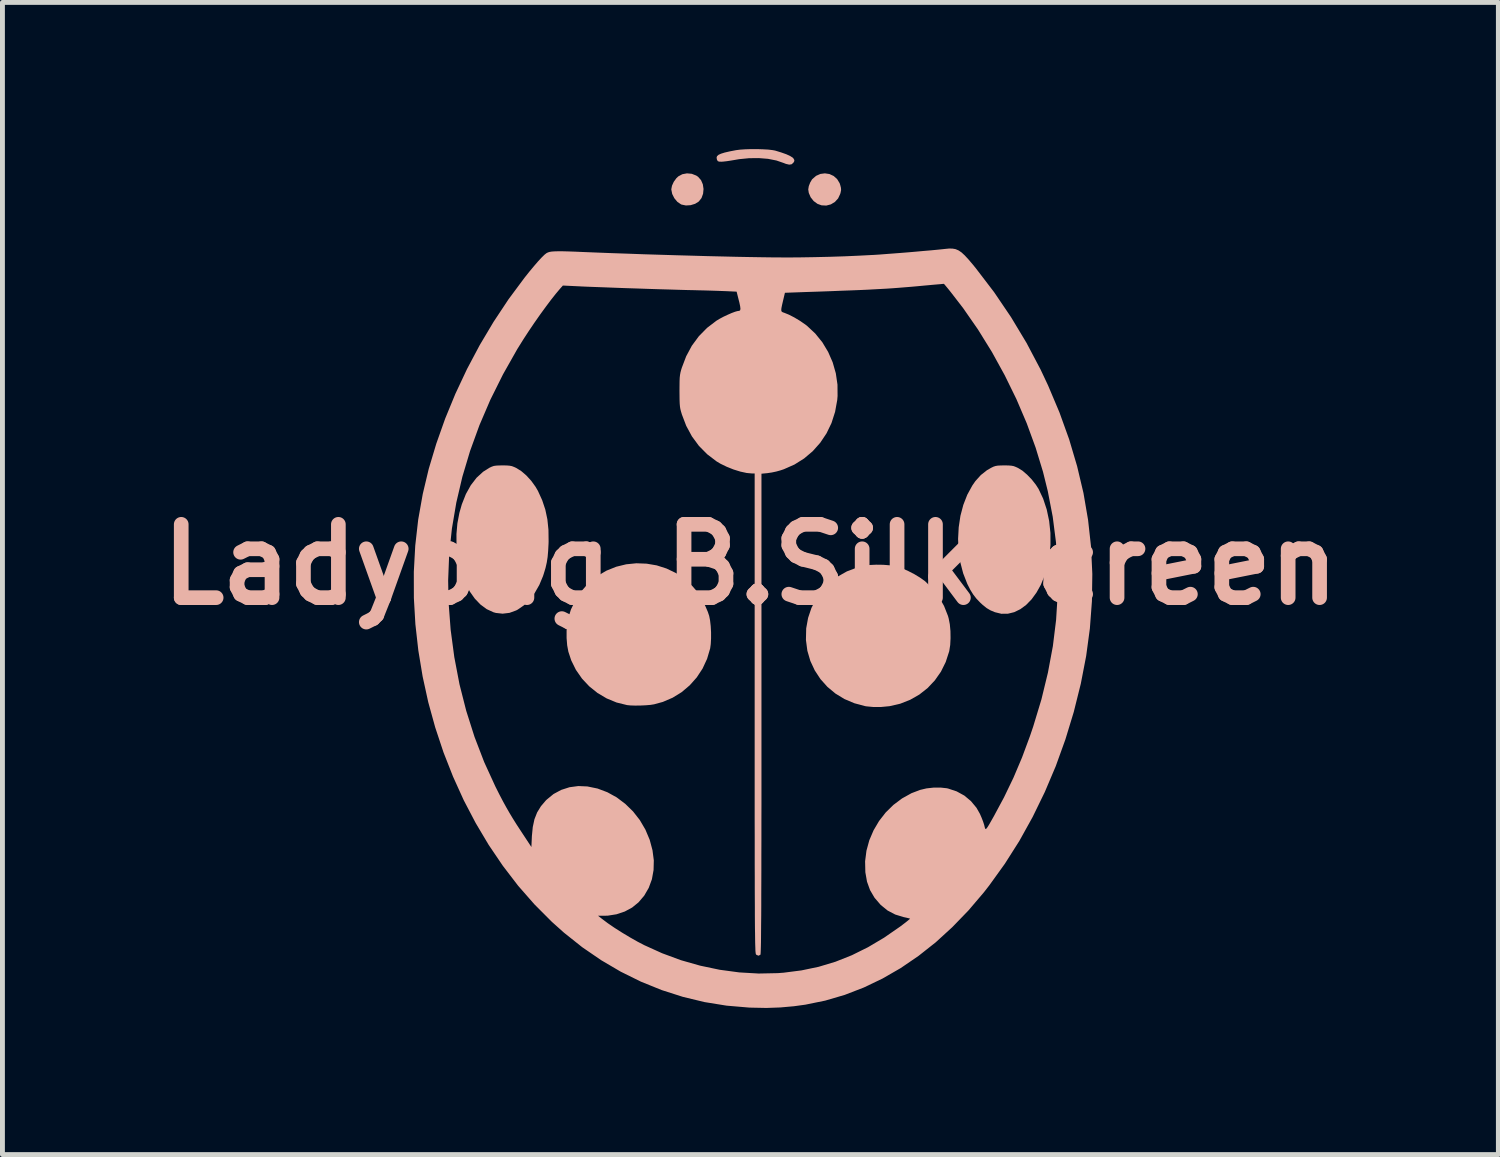
<source format=kicad_pcb>
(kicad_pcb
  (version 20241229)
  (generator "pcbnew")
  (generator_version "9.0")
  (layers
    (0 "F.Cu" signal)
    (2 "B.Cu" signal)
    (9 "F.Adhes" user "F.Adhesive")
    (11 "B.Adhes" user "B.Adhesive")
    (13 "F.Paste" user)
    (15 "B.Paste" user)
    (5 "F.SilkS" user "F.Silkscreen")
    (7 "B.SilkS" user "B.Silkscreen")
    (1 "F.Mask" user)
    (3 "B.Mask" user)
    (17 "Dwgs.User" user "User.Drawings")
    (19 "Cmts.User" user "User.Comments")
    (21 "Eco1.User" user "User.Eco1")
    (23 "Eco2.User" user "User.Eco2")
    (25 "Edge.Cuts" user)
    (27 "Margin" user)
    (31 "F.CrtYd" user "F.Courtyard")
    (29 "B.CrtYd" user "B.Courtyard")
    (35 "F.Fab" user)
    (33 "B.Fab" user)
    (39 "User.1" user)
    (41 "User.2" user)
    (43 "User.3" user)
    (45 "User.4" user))
  (footprint "Ladybug_B.Silkscreen"
    (layer "F.Cu")
    (at 12.3 8.497)
    (property "Reference" "Ladybug_B.Silkscreen" (at 0 0 0) (layer "B.SilkS") (effects (font (size 1.5 1.5) (thickness 0.3))))
    (attr board_only exclude_from_pos_files exclude_from_bom)
    (fp_poly (pts (xy -1.2 -7.992) (xy -1.108 -7.956) (xy -1.071 -7.931) (xy -1.01 -7.862) (xy -0.973 -7.776) (xy -0.959 -7.681) (xy -0.968 -7.585) (xy -1 -7.496) (xy -1.056 -7.425) (xy -1.131 -7.378) (xy -1.223 -7.35) (xy -1.319 -7.344) (xy -1.407 -7.362) (xy -1.418 -7.366) (xy -1.493 -7.417) (xy -1.556 -7.492) (xy -1.6 -7.58) (xy -1.618 -7.67) (xy -1.618 -7.677) (xy -1.604 -7.749) (xy -1.568 -7.828) (xy -1.515 -7.901) (xy -1.475 -7.939) (xy -1.393 -7.983) (xy -1.298 -8.001)) (stroke (width 0) (type solid)) (fill yes) (layer "B.SilkS"))
    (fp_poly (pts (xy 1.617 -7.987) (xy 1.701 -7.948) (xy 1.773 -7.885) (xy 1.825 -7.8) (xy 1.837 -7.764) (xy 1.852 -7.705) (xy 1.855 -7.66) (xy 1.845 -7.609) (xy 1.837 -7.58) (xy 1.794 -7.488) (xy 1.728 -7.416) (xy 1.645 -7.366) (xy 1.552 -7.342) (xy 1.455 -7.347) (xy 1.372 -7.377) (xy 1.294 -7.434) (xy 1.232 -7.512) (xy 1.194 -7.601) (xy 1.183 -7.672) (xy 1.194 -7.739) (xy 1.223 -7.814) (xy 1.261 -7.878) (xy 1.266 -7.883) (xy 1.343 -7.95) (xy 1.431 -7.989) (xy 1.524 -8.001)) (stroke (width 0) (type solid)) (fill yes) (layer "B.SilkS"))
    (fp_poly (pts (xy 0.258 -8.493) (xy 0.367 -8.487) (xy 0.456 -8.476) (xy 0.505 -8.467) (xy 0.629 -8.429) (xy 0.734 -8.392) (xy 0.814 -8.355) (xy 0.866 -8.322) (xy 0.881 -8.305) (xy 0.899 -8.272) (xy 0.895 -8.245) (xy 0.88 -8.22) (xy 0.844 -8.187) (xy 0.794 -8.179) (xy 0.725 -8.195) (xy 0.68 -8.213) (xy 0.532 -8.264) (xy 0.36 -8.298) (xy 0.172 -8.313) (xy -0.028 -8.311) (xy -0.232 -8.291) (xy -0.307 -8.278) (xy -0.396 -8.263) (xy -0.481 -8.25) (xy -0.551 -8.242) (xy -0.591 -8.239) (xy -0.641 -8.241) (xy -0.667 -8.251) (xy -0.683 -8.277) (xy -0.685 -8.285) (xy -0.692 -8.321) (xy -0.683 -8.352) (xy -0.654 -8.379) (xy -0.602 -8.403) (xy -0.525 -8.427) (xy -0.42 -8.451) (xy -0.296 -8.475) (xy -0.211 -8.486) (xy -0.106 -8.493) (xy 0.014 -8.497) (xy 0.138 -8.497)) (stroke (width 0) (type solid)) (fill yes) (layer "B.SilkS"))
    (fp_poly (pts (xy 5.277 -2.026) (xy 5.338 -2.021) (xy 5.386 -2.012) (xy 5.432 -1.994) (xy 5.471 -1.976) (xy 5.563 -1.92) (xy 5.659 -1.838) (xy 5.754 -1.74) (xy 5.838 -1.633) (xy 5.894 -1.546) (xy 5.988 -1.347) (xy 6.061 -1.126) (xy 6.111 -0.89) (xy 6.137 -0.645) (xy 6.138 -0.398) (xy 6.116 -0.176) (xy 6.075 0.037) (xy 6.015 0.235) (xy 5.941 0.415) (xy 5.852 0.574) (xy 5.752 0.712) (xy 5.641 0.826) (xy 5.522 0.914) (xy 5.397 0.975) (xy 5.267 1.007) (xy 5.133 1.008) (xy 5.002 0.976) (xy 4.911 0.938) (xy 4.831 0.891) (xy 4.752 0.827) (xy 4.701 0.78) (xy 4.622 0.697) (xy 4.557 0.613) (xy 4.498 0.518) (xy 4.438 0.4) (xy 4.435 0.393) (xy 4.352 0.18) (xy 4.293 -0.047) (xy 4.258 -0.283) (xy 4.248 -0.523) (xy 4.261 -0.762) (xy 4.296 -0.996) (xy 4.355 -1.219) (xy 4.436 -1.427) (xy 4.539 -1.615) (xy 4.602 -1.706) (xy 4.714 -1.83) (xy 4.838 -1.928) (xy 4.923 -1.977) (xy 4.972 -2.001) (xy 5.015 -2.015) (xy 5.063 -2.023) (xy 5.128 -2.026) (xy 5.193 -2.027)) (stroke (width 0) (type solid)) (fill yes) (layer "B.SilkS"))
    (fp_poly (pts (xy -4.987 -2.026) (xy -4.927 -2.021) (xy -4.879 -2.012) (xy -4.832 -1.994) (xy -4.793 -1.976) (xy -4.688 -1.911) (xy -4.582 -1.82) (xy -4.482 -1.71) (xy -4.394 -1.588) (xy -4.346 -1.505) (xy -4.259 -1.314) (xy -4.195 -1.122) (xy -4.153 -0.923) (xy -4.131 -0.709) (xy -4.128 -0.473) (xy -4.129 -0.435) (xy -4.137 -0.282) (xy -4.148 -0.153) (xy -4.166 -0.039) (xy -4.191 0.071) (xy -4.226 0.187) (xy -4.243 0.239) (xy -4.317 0.416) (xy -4.409 0.577) (xy -4.516 0.719) (xy -4.634 0.836) (xy -4.76 0.923) (xy -4.79 0.939) (xy -4.927 0.989) (xy -5.068 1.006) (xy -5.206 0.991) (xy -5.256 0.977) (xy -5.395 0.913) (xy -5.522 0.819) (xy -5.637 0.699) (xy -5.739 0.555) (xy -5.826 0.391) (xy -5.898 0.21) (xy -5.954 0.014) (xy -5.992 -0.191) (xy -6.012 -0.404) (xy -6.013 -0.622) (xy -5.994 -0.84) (xy -5.953 -1.056) (xy -5.903 -1.231) (xy -5.82 -1.441) (xy -5.719 -1.622) (xy -5.602 -1.774) (xy -5.468 -1.897) (xy -5.338 -1.979) (xy -5.291 -2.001) (xy -5.248 -2.016) (xy -5.199 -2.023) (xy -5.133 -2.026) (xy -5.071 -2.027)) (stroke (width 0) (type solid)) (fill yes) (layer "B.SilkS"))
    (fp_poly (pts (xy -2.123 -0.017) (xy -1.917 0.018) (xy -1.717 0.082) (xy -1.527 0.173) (xy -1.35 0.292) (xy -1.19 0.439) (xy -1.114 0.526) (xy -1.048 0.619) (xy -0.982 0.732) (xy -0.921 0.853) (xy -0.871 0.969) (xy -0.843 1.053) (xy -0.825 1.145) (xy -0.812 1.26) (xy -0.805 1.387) (xy -0.805 1.513) (xy -0.811 1.627) (xy -0.823 1.716) (xy -0.886 1.929) (xy -0.978 2.128) (xy -1.097 2.309) (xy -1.241 2.471) (xy -1.406 2.611) (xy -1.591 2.725) (xy -1.791 2.811) (xy -1.97 2.86) (xy -2.046 2.872) (xy -2.144 2.88) (xy -2.252 2.885) (xy -2.359 2.886) (xy -2.453 2.883) (xy -2.523 2.876) (xy -2.738 2.823) (xy -2.941 2.739) (xy -3.128 2.628) (xy -3.297 2.492) (xy -3.445 2.334) (xy -3.569 2.156) (xy -3.665 1.962) (xy -3.724 1.783) (xy -3.748 1.654) (xy -3.76 1.506) (xy -3.76 1.352) (xy -3.748 1.206) (xy -3.732 1.113) (xy -3.671 0.92) (xy -3.58 0.731) (xy -3.464 0.554) (xy -3.327 0.397) (xy -3.299 0.37) (xy -3.128 0.233) (xy -2.942 0.125) (xy -2.745 0.046) (xy -2.541 -0.004) (xy -2.332 -0.025)) (stroke (width 0) (type solid)) (fill yes) (layer "B.SilkS"))
    (fp_poly (pts (xy 2.717 0.006) (xy 2.853 0.017) (xy 2.971 0.036) (xy 3.001 0.044) (xy 3.107 0.079) (xy 3.227 0.133) (xy 3.352 0.197) (xy 3.469 0.268) (xy 3.567 0.338) (xy 3.579 0.348) (xy 3.727 0.493) (xy 3.857 0.663) (xy 3.962 0.851) (xy 4.041 1.051) (xy 4.056 1.105) (xy 4.079 1.223) (xy 4.092 1.362) (xy 4.094 1.507) (xy 4.087 1.646) (xy 4.068 1.767) (xy 4.065 1.78) (xy 3.995 1.995) (xy 3.897 2.193) (xy 3.772 2.371) (xy 3.624 2.528) (xy 3.455 2.661) (xy 3.267 2.768) (xy 3.064 2.848) (xy 2.847 2.898) (xy 2.67 2.915) (xy 2.514 2.915) (xy 2.377 2.902) (xy 2.346 2.897) (xy 2.126 2.838) (xy 1.923 2.752) (xy 1.738 2.639) (xy 1.574 2.502) (xy 1.432 2.343) (xy 1.316 2.166) (xy 1.226 1.973) (xy 1.165 1.765) (xy 1.136 1.545) (xy 1.136 1.531) (xy 1.141 1.307) (xy 1.18 1.092) (xy 1.248 0.89) (xy 1.344 0.701) (xy 1.467 0.53) (xy 1.614 0.378) (xy 1.784 0.248) (xy 1.974 0.141) (xy 2.183 0.062) (xy 2.331 0.025) (xy 2.444 0.01) (xy 2.577 0.004)) (stroke (width 0) (type solid)) (fill yes) (layer "B.SilkS"))
    (fp_poly (pts (xy 4.133 -6.462) (xy 4.196 -6.451) (xy 4.257 -6.425) (xy 4.318 -6.384) (xy 4.384 -6.323) (xy 4.46 -6.241) (xy 4.55 -6.135) (xy 4.608 -6.064) (xy 4.984 -5.572) (xy 5.331 -5.06) (xy 5.649 -4.531) (xy 5.937 -3.985) (xy 6.089 -3.662) (xy 6.322 -3.11) (xy 6.52 -2.56) (xy 6.683 -2.01) (xy 6.813 -1.461) (xy 6.907 -0.912) (xy 6.968 -0.36) (xy 6.994 0.193) (xy 6.986 0.749) (xy 6.944 1.308) (xy 6.868 1.872) (xy 6.758 2.441) (xy 6.757 2.444) (xy 6.614 3.018) (xy 6.443 3.579) (xy 6.246 4.125) (xy 6.022 4.654) (xy 5.773 5.165) (xy 5.501 5.655) (xy 5.205 6.121) (xy 4.887 6.563) (xy 4.775 6.707) (xy 4.459 7.078) (xy 4.13 7.418) (xy 3.79 7.729) (xy 3.438 8.007) (xy 3.075 8.255) (xy 2.702 8.47) (xy 2.32 8.653) (xy 1.929 8.804) (xy 1.53 8.921) (xy 1.124 9.004) (xy 0.891 9.036) (xy 0.611 9.061) (xy 0.328 9.071) (xy 0.028 9.065) (xy -0.031 9.063) (xy -0.488 9.024) (xy -0.939 8.951) (xy -1.382 8.844) (xy -1.816 8.705) (xy -2.24 8.533) (xy -2.653 8.329) (xy -3.053 8.094) (xy -3.441 7.828) (xy -3.814 7.531) (xy -4.062 7.309) (xy -4.417 6.953) (xy -4.751 6.572) (xy -5.063 6.165) (xy -5.353 5.737) (xy -5.62 5.288) (xy -5.864 4.822) (xy -6.083 4.339) (xy -6.278 3.843) (xy -6.447 3.334) (xy -6.59 2.816) (xy -6.705 2.29) (xy -6.793 1.758) (xy -6.853 1.223) (xy -6.884 0.686) (xy -6.885 0.326) (xy -6.183 0.326) (xy -6.175 0.764) (xy -6.132 1.333) (xy -6.057 1.895) (xy -5.951 2.45) (xy -5.813 2.993) (xy -5.644 3.525) (xy -5.446 4.041) (xy -5.217 4.541) (xy -5.134 4.706) (xy -5.06 4.847) (xy -4.993 4.969) (xy -4.928 5.082) (xy -4.86 5.195) (xy -4.785 5.315) (xy -4.696 5.451) (xy -4.656 5.512) (xy -4.48 5.779) (xy -4.47 5.555) (xy -4.452 5.371) (xy -4.418 5.212) (xy -4.363 5.072) (xy -4.285 4.945) (xy -4.183 4.825) (xy -4.165 4.808) (xy -4.027 4.695) (xy -3.871 4.611) (xy -3.7 4.556) (xy -3.52 4.532) (xy -3.335 4.54) (xy -3.126 4.583) (xy -2.925 4.659) (xy -2.735 4.764) (xy -2.56 4.896) (xy -2.401 5.051) (xy -2.263 5.227) (xy -2.148 5.423) (xy -2.06 5.632) (xy -2.003 5.845) (xy -1.976 6.051) (xy -1.981 6.25) (xy -2.015 6.439) (xy -2.08 6.615) (xy -2.173 6.775) (xy -2.289 6.911) (xy -2.419 7.017) (xy -2.571 7.099) (xy -2.739 7.155) (xy -2.916 7.183) (xy -2.988 7.185) (xy -3.117 7.185) (xy -3.033 7.251) (xy -2.917 7.338) (xy -2.778 7.433) (xy -2.624 7.531) (xy -2.464 7.627) (xy -2.307 7.716) (xy -2.177 7.784) (xy -1.806 7.952) (xy -1.422 8.094) (xy -1.028 8.206) (xy -0.629 8.29) (xy -0.228 8.344) (xy 0.169 8.367) (xy 0.56 8.359) (xy 0.678 8.35) (xy 1.044 8.303) (xy 1.397 8.229) (xy 1.739 8.126) (xy 2.074 7.993) (xy 2.405 7.829) (xy 2.734 7.634) (xy 3.065 7.405) (xy 3.11 7.371) (xy 3.173 7.323) (xy 3.223 7.283) (xy 3.256 7.255) (xy 3.266 7.244) (xy 3.248 7.239) (xy 3.205 7.228) (xy 3.145 7.215) (xy 3.135 7.213) (xy 2.962 7.16) (xy 2.806 7.078) (xy 2.667 6.965) (xy 2.661 6.959) (xy 2.539 6.817) (xy 2.447 6.66) (xy 2.385 6.488) (xy 2.351 6.295) (xy 2.351 6.292) (xy 2.346 6.071) (xy 2.374 5.853) (xy 2.432 5.641) (xy 2.519 5.438) (xy 2.631 5.248) (xy 2.767 5.073) (xy 2.925 4.918) (xy 3.102 4.785) (xy 3.295 4.678) (xy 3.471 4.611) (xy 3.602 4.58) (xy 3.746 4.564) (xy 3.889 4.563) (xy 4.018 4.577) (xy 4.044 4.583) (xy 4.219 4.641) (xy 4.376 4.727) (xy 4.511 4.84) (xy 4.624 4.976) (xy 4.694 5.099) (xy 4.728 5.177) (xy 4.759 5.257) (xy 4.781 5.324) (xy 4.785 5.34) (xy 4.794 5.377) (xy 4.802 5.402) (xy 4.812 5.412) (xy 4.827 5.403) (xy 4.849 5.374) (xy 4.881 5.323) (xy 4.925 5.246) (xy 4.975 5.158) (xy 5.188 4.762) (xy 5.381 4.361) (xy 5.556 3.948) (xy 5.717 3.514) (xy 5.785 3.314) (xy 5.953 2.759) (xy 6.086 2.211) (xy 6.187 1.67) (xy 6.253 1.134) (xy 6.286 0.602) (xy 6.286 0.074) (xy 6.251 -0.452) (xy 6.184 -0.976) (xy 6.083 -1.5) (xy 5.985 -1.896) (xy 5.834 -2.391) (xy 5.652 -2.889) (xy 5.441 -3.383) (xy 5.202 -3.871) (xy 4.94 -4.347) (xy 4.655 -4.807) (xy 4.35 -5.246) (xy 4.099 -5.571) (xy 4.047 -5.636) (xy 4.003 -5.689) (xy 3.972 -5.726) (xy 3.958 -5.741) (xy 3.958 -5.741) (xy 3.94 -5.74) (xy 3.892 -5.735) (xy 3.82 -5.729) (xy 3.728 -5.721) (xy 3.621 -5.711) (xy 3.564 -5.706) (xy 3.416 -5.692) (xy 3.281 -5.68) (xy 3.155 -5.67) (xy 3.033 -5.66) (xy 2.914 -5.651) (xy 2.794 -5.643) (xy 2.669 -5.636) (xy 2.537 -5.629) (xy 2.393 -5.621) (xy 2.236 -5.614) (xy 2.06 -5.607) (xy 1.863 -5.6) (xy 1.643 -5.591) (xy 1.394 -5.582) (xy 1.115 -5.573) (xy 1.062 -5.571) (xy 0.706 -5.558) (xy 0.667 -5.393) (xy 0.646 -5.303) (xy 0.634 -5.242) (xy 0.631 -5.201) (xy 0.637 -5.177) (xy 0.654 -5.163) (xy 0.682 -5.152) (xy 0.692 -5.149) (xy 0.788 -5.11) (xy 0.899 -5.053) (xy 1.014 -4.984) (xy 1.123 -4.909) (xy 1.158 -4.882) (xy 1.326 -4.725) (xy 1.471 -4.546) (xy 1.59 -4.348) (xy 1.683 -4.135) (xy 1.747 -3.911) (xy 1.781 -3.68) (xy 1.783 -3.447) (xy 1.776 -3.364) (xy 1.732 -3.122) (xy 1.659 -2.894) (xy 1.557 -2.683) (xy 1.428 -2.49) (xy 1.275 -2.318) (xy 1.099 -2.169) (xy 0.902 -2.045) (xy 0.685 -1.949) (xy 0.617 -1.926) (xy 0.531 -1.902) (xy 0.437 -1.882) (xy 0.355 -1.87) (xy 0.351 -1.869) (xy 0.226 -1.857) (xy 0.226 3.052) (xy 0.226 3.565) (xy 0.226 4.044) (xy 0.226 4.49) (xy 0.226 4.904) (xy 0.225 5.287) (xy 0.225 5.64) (xy 0.224 5.964) (xy 0.224 6.26) (xy 0.223 6.528) (xy 0.222 6.771) (xy 0.222 6.988) (xy 0.221 7.181) (xy 0.219 7.35) (xy 0.218 7.497) (xy 0.217 7.623) (xy 0.216 7.728) (xy 0.214 7.813) (xy 0.212 7.88) (xy 0.21 7.93) (xy 0.208 7.962) (xy 0.206 7.979) (xy 0.205 7.982) (xy 0.167 8.002) (xy 0.127 7.987) (xy 0.114 7.975) (xy 0.112 7.97) (xy 0.109 7.96) (xy 0.107 7.944) (xy 0.104 7.92) (xy 0.102 7.888) (xy 0.101 7.845) (xy 0.099 7.792) (xy 0.097 7.726) (xy 0.096 7.648) (xy 0.095 7.554) (xy 0.093 7.445) (xy 0.092 7.319) (xy 0.091 7.175) (xy 0.091 7.011) (xy 0.09 6.827) (xy 0.089 6.622) (xy 0.089 6.393) (xy 0.088 6.141) (xy 0.088 5.864) (xy 0.088 5.56) (xy 0.087 5.228) (xy 0.087 4.868) (xy 0.087 4.478) (xy 0.087 4.057) (xy 0.087 3.603) (xy 0.087 3.117) (xy 0.087 3.043) (xy 0.087 -1.862) (xy 0.034 -1.862) (xy -0.076 -1.872) (xy -0.205 -1.9) (xy -0.344 -1.943) (xy -0.482 -1.998) (xy -0.612 -2.061) (xy -0.691 -2.108) (xy -0.884 -2.255) (xy -1.053 -2.426) (xy -1.196 -2.62) (xy -1.313 -2.836) (xy -1.403 -3.072) (xy -1.403 -3.073) (xy -1.42 -3.13) (xy -1.433 -3.18) (xy -1.441 -3.23) (xy -1.446 -3.287) (xy -1.449 -3.359) (xy -1.45 -3.452) (xy -1.451 -3.549) (xy -1.45 -3.665) (xy -1.449 -3.754) (xy -1.446 -3.822) (xy -1.44 -3.877) (xy -1.431 -3.927) (xy -1.418 -3.977) (xy -1.403 -4.025) (xy -1.314 -4.259) (xy -1.198 -4.475) (xy -1.055 -4.669) (xy -0.887 -4.84) (xy -0.696 -4.986) (xy -0.691 -4.989) (xy -0.626 -5.028) (xy -0.549 -5.069) (xy -0.466 -5.108) (xy -0.386 -5.143) (xy -0.317 -5.169) (xy -0.268 -5.183) (xy -0.255 -5.185) (xy -0.226 -5.189) (xy -0.209 -5.203) (xy -0.204 -5.232) (xy -0.21 -5.283) (xy -0.226 -5.359) (xy -0.236 -5.397) (xy -0.282 -5.581) (xy -0.493 -5.591) (xy -0.573 -5.594) (xy -0.679 -5.598) (xy -0.803 -5.602) (xy -0.938 -5.606) (xy -1.075 -5.609) (xy -1.14 -5.611) (xy -1.289 -5.614) (xy -1.465 -5.619) (xy -1.662 -5.625) (xy -1.875 -5.631) (xy -2.097 -5.638) (xy -2.324 -5.646) (xy -2.55 -5.653) (xy -2.769 -5.661) (xy -2.975 -5.669) (xy -3.165 -5.676) (xy -3.33 -5.682) (xy -3.468 -5.688) (xy -3.479 -5.689) (xy -3.836 -5.706) (xy -3.894 -5.641) (xy -3.979 -5.54) (xy -4.078 -5.415) (xy -4.186 -5.271) (xy -4.301 -5.113) (xy -4.418 -4.946) (xy -4.533 -4.776) (xy -4.642 -4.609) (xy -4.742 -4.449) (xy -4.771 -4.402) (xy -5.061 -3.889) (xy -5.319 -3.371) (xy -5.543 -2.849) (xy -5.734 -2.323) (xy -5.892 -1.795) (xy -6.016 -1.266) (xy -6.106 -0.735) (xy -6.162 -0.204) (xy -6.183 0.326) (xy -6.885 0.326) (xy -6.885 0.149) (xy -6.856 -0.385) (xy -6.796 -0.914) (xy -6.792 -0.938) (xy -6.702 -1.444) (xy -6.58 -1.956) (xy -6.426 -2.47) (xy -6.244 -2.984) (xy -6.034 -3.494) (xy -5.798 -3.996) (xy -5.537 -4.488) (xy -5.253 -4.965) (xy -4.948 -5.425) (xy -4.622 -5.864) (xy -4.526 -5.985) (xy -4.431 -6.099) (xy -4.346 -6.198) (xy -4.272 -6.278) (xy -4.213 -6.336) (xy -4.171 -6.369) (xy -4.167 -6.371) (xy -4.14 -6.384) (xy -4.107 -6.394) (xy -4.065 -6.401) (xy -4.009 -6.405) (xy -3.937 -6.407) (xy -3.845 -6.407) (xy -3.728 -6.404) (xy -3.583 -6.399) (xy -3.447 -6.393) (xy -3.147 -6.381) (xy -2.834 -6.369) (xy -2.511 -6.358) (xy -2.183 -6.346) (xy -1.852 -6.336) (xy -1.523 -6.326) (xy -1.198 -6.317) (xy -0.881 -6.308) (xy -0.577 -6.301) (xy -0.287 -6.294) (xy -0.017 -6.289) (xy 0.231 -6.285) (xy 0.453 -6.282) (xy 0.645 -6.281) (xy 0.727 -6.28) (xy 1.01 -6.282) (xy 1.311 -6.287) (xy 1.619 -6.294) (xy 1.925 -6.304) (xy 2.218 -6.317) (xy 2.488 -6.331) (xy 2.531 -6.333) (xy 2.639 -6.34) (xy 2.768 -6.35) (xy 2.914 -6.361) (xy 3.071 -6.373) (xy 3.233 -6.386) (xy 3.394 -6.4) (xy 3.549 -6.414) (xy 3.692 -6.426) (xy 3.816 -6.438) (xy 3.916 -6.448) (xy 3.98 -6.455) (xy 4.062 -6.463)) (stroke (width 0) (type solid)) (fill yes) (layer "B.SilkS")))
  (gr_rect
    (start -3 -3)
    (end 27.6 20.567)
    (stroke (width 0.1) (type default))
    (fill no)
    (layer "Edge.Cuts")))
</source>
